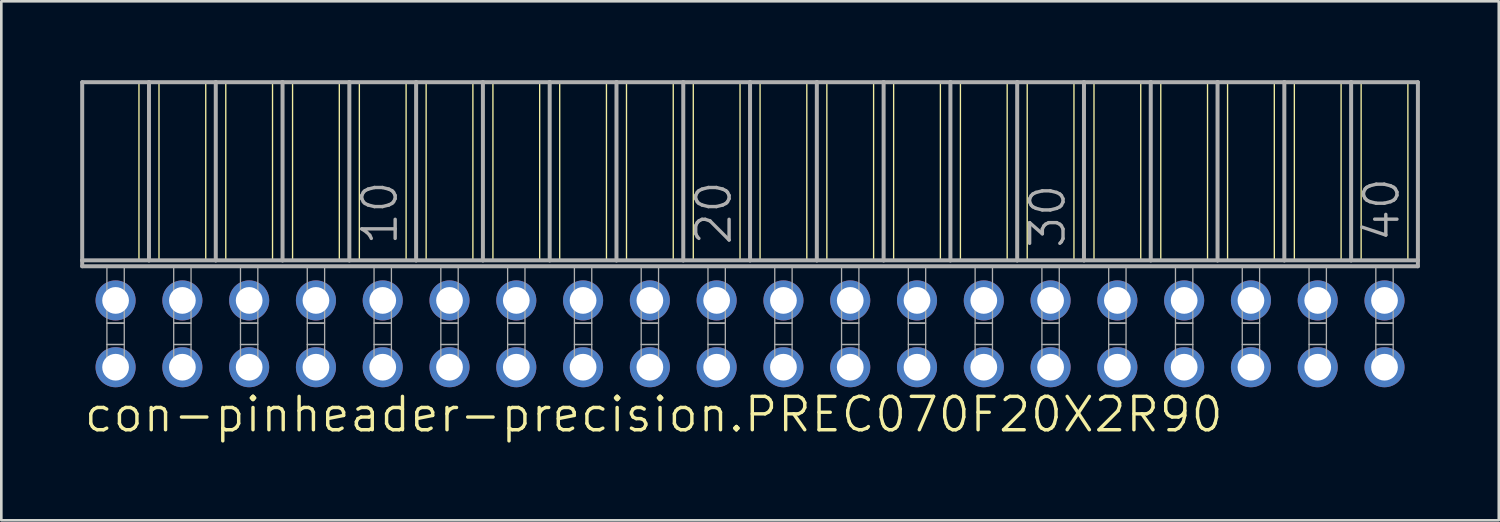
<source format=kicad_pcb>
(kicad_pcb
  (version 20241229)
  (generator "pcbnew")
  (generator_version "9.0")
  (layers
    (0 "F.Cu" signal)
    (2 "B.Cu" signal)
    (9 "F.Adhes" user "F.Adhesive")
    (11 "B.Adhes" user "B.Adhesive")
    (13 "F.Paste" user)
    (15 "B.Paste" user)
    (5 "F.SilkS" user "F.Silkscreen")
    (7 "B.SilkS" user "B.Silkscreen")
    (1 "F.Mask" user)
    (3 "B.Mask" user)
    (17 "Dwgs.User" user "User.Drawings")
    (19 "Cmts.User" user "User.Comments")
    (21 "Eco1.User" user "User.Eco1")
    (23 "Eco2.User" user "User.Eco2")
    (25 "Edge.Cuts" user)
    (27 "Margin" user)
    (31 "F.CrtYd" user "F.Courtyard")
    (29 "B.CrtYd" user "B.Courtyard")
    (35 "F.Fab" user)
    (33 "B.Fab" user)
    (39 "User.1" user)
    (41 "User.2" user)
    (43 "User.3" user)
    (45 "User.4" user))
  (footprint "con-pinheader-precision.PREC070F20X2R90"
    (layer "F.Cu")
    (at 25.476 9.646)
    (property "Reference" "con-pinheader-precision.PREC070F20X2R90" (at -25.4 3.81 0) (layer "F.SilkS") (effects (font (size 1.27 1.27) (thickness 0.13)) (justify left bottom)))
    (attr through_hole)
    (fp_line (start -23.241 -9.57) (end -23.241 -2.794) (stroke (width 0.051) (type default)) (layer "F.SilkS"))
    (fp_line (start -22.479 -9.57) (end -22.479 -2.794) (stroke (width 0.051) (type default)) (layer "F.SilkS"))
    (fp_line (start -20.701 -9.57) (end -20.701 -2.794) (stroke (width 0.051) (type default)) (layer "F.SilkS"))
    (fp_line (start -19.939 -9.57) (end -19.939 -2.794) (stroke (width 0.051) (type default)) (layer "F.SilkS"))
    (fp_line (start -18.161 -9.57) (end -18.161 -2.794) (stroke (width 0.051) (type default)) (layer "F.SilkS"))
    (fp_line (start -17.399 -9.57) (end -17.399 -2.794) (stroke (width 0.051) (type default)) (layer "F.SilkS"))
    (fp_line (start -15.621 -9.57) (end -15.621 -2.794) (stroke (width 0.051) (type default)) (layer "F.SilkS"))
    (fp_line (start -14.859 -9.57) (end -14.859 -2.794) (stroke (width 0.051) (type default)) (layer "F.SilkS"))
    (fp_line (start -13.081 -9.57) (end -13.081 -2.794) (stroke (width 0.051) (type default)) (layer "F.SilkS"))
    (fp_line (start -12.319 -9.57) (end -12.319 -2.794) (stroke (width 0.051) (type default)) (layer "F.SilkS"))
    (fp_line (start -10.541 -9.57) (end -10.541 -2.794) (stroke (width 0.051) (type default)) (layer "F.SilkS"))
    (fp_line (start -9.779 -9.57) (end -9.779 -2.794) (stroke (width 0.051) (type default)) (layer "F.SilkS"))
    (fp_line (start -8.001 -9.57) (end -8.001 -2.794) (stroke (width 0.051) (type default)) (layer "F.SilkS"))
    (fp_line (start -7.239 -9.57) (end -7.239 -2.794) (stroke (width 0.051) (type default)) (layer "F.SilkS"))
    (fp_line (start -5.461 -9.57) (end -5.461 -2.794) (stroke (width 0.051) (type default)) (layer "F.SilkS"))
    (fp_line (start -4.699 -9.57) (end -4.699 -2.794) (stroke (width 0.051) (type default)) (layer "F.SilkS"))
    (fp_line (start -2.921 -9.57) (end -2.921 -2.794) (stroke (width 0.051) (type default)) (layer "F.SilkS"))
    (fp_line (start -2.159 -9.57) (end -2.159 -2.794) (stroke (width 0.051) (type default)) (layer "F.SilkS"))
    (fp_line (start -0.381 -9.57) (end -0.381 -2.794) (stroke (width 0.051) (type default)) (layer "F.SilkS"))
    (fp_line (start 0.381 -9.57) (end 0.381 -2.794) (stroke (width 0.051) (type default)) (layer "F.SilkS"))
    (fp_line (start 2.159 -9.57) (end 2.159 -2.794) (stroke (width 0.051) (type default)) (layer "F.SilkS"))
    (fp_line (start 2.921 -9.57) (end 2.921 -2.794) (stroke (width 0.051) (type default)) (layer "F.SilkS"))
    (fp_line (start 4.699 -9.57) (end 4.699 -2.794) (stroke (width 0.051) (type default)) (layer "F.SilkS"))
    (fp_line (start 5.461 -9.57) (end 5.461 -2.794) (stroke (width 0.051) (type default)) (layer "F.SilkS"))
    (fp_line (start 7.239 -9.57) (end 7.239 -2.794) (stroke (width 0.051) (type default)) (layer "F.SilkS"))
    (fp_line (start 8.001 -9.57) (end 8.001 -2.794) (stroke (width 0.051) (type default)) (layer "F.SilkS"))
    (fp_line (start 9.779 -9.57) (end 9.779 -2.794) (stroke (width 0.051) (type default)) (layer "F.SilkS"))
    (fp_line (start 10.541 -9.57) (end 10.541 -2.794) (stroke (width 0.051) (type default)) (layer "F.SilkS"))
    (fp_line (start 12.319 -9.57) (end 12.319 -2.794) (stroke (width 0.051) (type default)) (layer "F.SilkS"))
    (fp_line (start 13.081 -9.57) (end 13.081 -2.794) (stroke (width 0.051) (type default)) (layer "F.SilkS"))
    (fp_line (start 14.859 -9.57) (end 14.859 -2.794) (stroke (width 0.051) (type default)) (layer "F.SilkS"))
    (fp_line (start 15.621 -9.57) (end 15.621 -2.794) (stroke (width 0.051) (type default)) (layer "F.SilkS"))
    (fp_line (start 17.399 -9.57) (end 17.399 -2.794) (stroke (width 0.051) (type default)) (layer "F.SilkS"))
    (fp_line (start 18.161 -9.57) (end 18.161 -2.794) (stroke (width 0.051) (type default)) (layer "F.SilkS"))
    (fp_line (start 19.939 -9.57) (end 19.939 -2.794) (stroke (width 0.051) (type default)) (layer "F.SilkS"))
    (fp_line (start 20.701 -9.57) (end 20.701 -2.794) (stroke (width 0.051) (type default)) (layer "F.SilkS"))
    (fp_line (start 22.479 -9.57) (end 22.479 -2.794) (stroke (width 0.051) (type default)) (layer "F.SilkS"))
    (fp_line (start 23.241 -9.57) (end 23.241 -2.794) (stroke (width 0.051) (type default)) (layer "F.SilkS"))
    (fp_line (start 25.019 -9.57) (end 25.019 -2.794) (stroke (width 0.051) (type default)) (layer "F.SilkS"))
    (fp_line (start -25.4 -9.57) (end -22.86 -9.57) (stroke (width 0.152) (type default)) (layer "F.Fab"))
    (fp_line (start -25.4 -2.794) (end -25.4 -9.57) (stroke (width 0.152) (type default)) (layer "F.Fab"))
    (fp_line (start -25.4 -2.57) (end -25.4 -2.794) (stroke (width 0.152) (type default)) (layer "F.Fab"))
    (fp_line (start -25.4 -2.57) (end 25.4 -2.57) (stroke (width 0.152) (type default)) (layer "F.Fab"))
    (fp_line (start -22.86 -9.57) (end -20.32 -9.57) (stroke (width 0.152) (type default)) (layer "F.Fab"))
    (fp_line (start -22.86 -2.794) (end -25.4 -2.794) (stroke (width 0.152) (type default)) (layer "F.Fab"))
    (fp_line (start -22.86 -2.794) (end -22.86 -9.57) (stroke (width 0.152) (type default)) (layer "F.Fab"))
    (fp_line (start -22.86 -2.794) (end -20.32 -2.794) (stroke (width 0.152) (type default)) (layer "F.Fab"))
    (fp_line (start -20.32 -9.57) (end -17.78 -9.57) (stroke (width 0.152) (type default)) (layer "F.Fab"))
    (fp_line (start -20.32 -2.794) (end -20.32 -9.57) (stroke (width 0.152) (type default)) (layer "F.Fab"))
    (fp_line (start -17.78 -9.57) (end -15.24 -9.57) (stroke (width 0.152) (type default)) (layer "F.Fab"))
    (fp_line (start -17.78 -2.794) (end -20.32 -2.794) (stroke (width 0.152) (type default)) (layer "F.Fab"))
    (fp_line (start -17.78 -2.794) (end -17.78 -9.57) (stroke (width 0.152) (type default)) (layer "F.Fab"))
    (fp_line (start -15.24 -9.57) (end -12.7 -9.57) (stroke (width 0.152) (type default)) (layer "F.Fab"))
    (fp_line (start -15.24 -2.794) (end -17.78 -2.794) (stroke (width 0.152) (type default)) (layer "F.Fab"))
    (fp_line (start -15.24 -2.794) (end -15.24 -9.57) (stroke (width 0.152) (type default)) (layer "F.Fab"))
    (fp_line (start -12.7 -9.57) (end -10.16 -9.57) (stroke (width 0.152) (type default)) (layer "F.Fab"))
    (fp_line (start -12.7 -2.794) (end -15.24 -2.794) (stroke (width 0.152) (type default)) (layer "F.Fab"))
    (fp_line (start -12.7 -2.794) (end -12.7 -9.57) (stroke (width 0.152) (type default)) (layer "F.Fab"))
    (fp_line (start -10.16 -9.57) (end -7.62 -9.57) (stroke (width 0.152) (type default)) (layer "F.Fab"))
    (fp_line (start -10.16 -2.794) (end -12.7 -2.794) (stroke (width 0.152) (type default)) (layer "F.Fab"))
    (fp_line (start -10.16 -2.794) (end -10.16 -9.57) (stroke (width 0.152) (type default)) (layer "F.Fab"))
    (fp_line (start -10.16 -2.794) (end -7.62 -2.794) (stroke (width 0.152) (type default)) (layer "F.Fab"))
    (fp_line (start -7.62 -9.57) (end -5.08 -9.57) (stroke (width 0.152) (type default)) (layer "F.Fab"))
    (fp_line (start -7.62 -2.794) (end -7.62 -9.57) (stroke (width 0.152) (type default)) (layer "F.Fab"))
    (fp_line (start -5.08 -9.57) (end -2.54 -9.57) (stroke (width 0.152) (type default)) (layer "F.Fab"))
    (fp_line (start -5.08 -2.794) (end -7.62 -2.794) (stroke (width 0.152) (type default)) (layer "F.Fab"))
    (fp_line (start -5.08 -2.794) (end -5.08 -9.57) (stroke (width 0.152) (type default)) (layer "F.Fab"))
    (fp_line (start -2.54 -9.57) (end 0 -9.57) (stroke (width 0.152) (type default)) (layer "F.Fab"))
    (fp_line (start -2.54 -2.794) (end -5.08 -2.794) (stroke (width 0.152) (type default)) (layer "F.Fab"))
    (fp_line (start -2.54 -2.794) (end -2.54 -9.57) (stroke (width 0.152) (type default)) (layer "F.Fab"))
    (fp_line (start 0 -9.57) (end 2.54 -9.57) (stroke (width 0.152) (type default)) (layer "F.Fab"))
    (fp_line (start 0 -2.794) (end -2.54 -2.794) (stroke (width 0.152) (type default)) (layer "F.Fab"))
    (fp_line (start 0 -2.794) (end 0 -9.57) (stroke (width 0.152) (type default)) (layer "F.Fab"))
    (fp_line (start 2.54 -9.57) (end 5.08 -9.57) (stroke (width 0.152) (type default)) (layer "F.Fab"))
    (fp_line (start 2.54 -2.794) (end 0 -2.794) (stroke (width 0.152) (type default)) (layer "F.Fab"))
    (fp_line (start 2.54 -2.794) (end 2.54 -9.57) (stroke (width 0.152) (type default)) (layer "F.Fab"))
    (fp_line (start 2.54 -2.794) (end 5.08 -2.794) (stroke (width 0.152) (type default)) (layer "F.Fab"))
    (fp_line (start 5.08 -9.57) (end 7.62 -9.57) (stroke (width 0.152) (type default)) (layer "F.Fab"))
    (fp_line (start 5.08 -2.794) (end 5.08 -9.57) (stroke (width 0.152) (type default)) (layer "F.Fab"))
    (fp_line (start 7.62 -9.57) (end 10.16 -9.57) (stroke (width 0.152) (type default)) (layer "F.Fab"))
    (fp_line (start 7.62 -2.794) (end 5.08 -2.794) (stroke (width 0.152) (type default)) (layer "F.Fab"))
    (fp_line (start 7.62 -2.794) (end 7.62 -9.57) (stroke (width 0.152) (type default)) (layer "F.Fab"))
    (fp_line (start 10.16 -9.57) (end 12.7 -9.57) (stroke (width 0.152) (type default)) (layer "F.Fab"))
    (fp_line (start 10.16 -2.794) (end 7.62 -2.794) (stroke (width 0.152) (type default)) (layer "F.Fab"))
    (fp_line (start 10.16 -2.794) (end 10.16 -9.57) (stroke (width 0.152) (type default)) (layer "F.Fab"))
    (fp_line (start 12.7 -9.57) (end 15.24 -9.57) (stroke (width 0.152) (type default)) (layer "F.Fab"))
    (fp_line (start 12.7 -2.794) (end 10.16 -2.794) (stroke (width 0.152) (type default)) (layer "F.Fab"))
    (fp_line (start 12.7 -2.794) (end 12.7 -9.57) (stroke (width 0.152) (type default)) (layer "F.Fab"))
    (fp_line (start 15.24 -9.57) (end 17.78 -9.57) (stroke (width 0.152) (type default)) (layer "F.Fab"))
    (fp_line (start 15.24 -2.794) (end 12.7 -2.794) (stroke (width 0.152) (type default)) (layer "F.Fab"))
    (fp_line (start 15.24 -2.794) (end 15.24 -9.57) (stroke (width 0.152) (type default)) (layer "F.Fab"))
    (fp_line (start 15.24 -2.794) (end 17.78 -2.794) (stroke (width 0.152) (type default)) (layer "F.Fab"))
    (fp_line (start 17.78 -9.57) (end 20.32 -9.57) (stroke (width 0.152) (type default)) (layer "F.Fab"))
    (fp_line (start 17.78 -2.794) (end 17.78 -9.57) (stroke (width 0.152) (type default)) (layer "F.Fab"))
    (fp_line (start 20.32 -9.57) (end 22.86 -9.57) (stroke (width 0.152) (type default)) (layer "F.Fab"))
    (fp_line (start 20.32 -2.794) (end 17.78 -2.794) (stroke (width 0.152) (type default)) (layer "F.Fab"))
    (fp_line (start 20.32 -2.794) (end 20.32 -9.57) (stroke (width 0.152) (type default)) (layer "F.Fab"))
    (fp_line (start 22.86 -9.57) (end 25.4 -9.57) (stroke (width 0.152) (type default)) (layer "F.Fab"))
    (fp_line (start 22.86 -2.794) (end 20.32 -2.794) (stroke (width 0.152) (type default)) (layer "F.Fab"))
    (fp_line (start 22.86 -2.794) (end 22.86 -9.57) (stroke (width 0.152) (type default)) (layer "F.Fab"))
    (fp_line (start 25.4 -2.794) (end 22.86 -2.794) (stroke (width 0.152) (type default)) (layer "F.Fab"))
    (fp_line (start 25.4 -2.794) (end 25.4 -9.57) (stroke (width 0.152) (type default)) (layer "F.Fab"))
    (fp_line (start 25.4 -2.57) (end 25.4 -2.794) (stroke (width 0.152) (type default)) (layer "F.Fab"))
    (fp_rect (start -24.46 -0.406) (end -23.8 -2.57) (stroke (width 0.05) (type default)) (fill no) (layer "F.Fab"))
    (fp_rect (start -24.46 0.406) (end -23.8 -0.406) (stroke (width 0.05) (type default)) (fill no) (layer "F.Fab"))
    (fp_rect (start -24.46 1.575) (end -23.8 0.406) (stroke (width 0.05) (type default)) (fill no) (layer "F.Fab"))
    (fp_rect (start -21.92 -0.406) (end -21.26 -2.57) (stroke (width 0.05) (type default)) (fill no) (layer "F.Fab"))
    (fp_rect (start -21.92 0.406) (end -21.26 -0.406) (stroke (width 0.05) (type default)) (fill no) (layer "F.Fab"))
    (fp_rect (start -21.92 1.575) (end -21.26 0.406) (stroke (width 0.05) (type default)) (fill no) (layer "F.Fab"))
    (fp_rect (start -19.38 -0.406) (end -18.72 -2.57) (stroke (width 0.05) (type default)) (fill no) (layer "F.Fab"))
    (fp_rect (start -19.38 0.406) (end -18.72 -0.406) (stroke (width 0.05) (type default)) (fill no) (layer "F.Fab"))
    (fp_rect (start -19.38 1.575) (end -18.72 0.406) (stroke (width 0.05) (type default)) (fill no) (layer "F.Fab"))
    (fp_rect (start -16.84 -0.406) (end -16.18 -2.57) (stroke (width 0.05) (type default)) (fill no) (layer "F.Fab"))
    (fp_rect (start -16.84 0.406) (end -16.18 -0.406) (stroke (width 0.05) (type default)) (fill no) (layer "F.Fab"))
    (fp_rect (start -16.84 1.575) (end -16.18 0.406) (stroke (width 0.05) (type default)) (fill no) (layer "F.Fab"))
    (fp_rect (start -14.3 -0.406) (end -13.64 -2.57) (stroke (width 0.05) (type default)) (fill no) (layer "F.Fab"))
    (fp_rect (start -14.3 0.406) (end -13.64 -0.406) (stroke (width 0.05) (type default)) (fill no) (layer "F.Fab"))
    (fp_rect (start -14.3 1.575) (end -13.64 0.406) (stroke (width 0.05) (type default)) (fill no) (layer "F.Fab"))
    (fp_rect (start -11.76 -0.406) (end -11.1 -2.57) (stroke (width 0.05) (type default)) (fill no) (layer "F.Fab"))
    (fp_rect (start -11.76 0.406) (end -11.1 -0.406) (stroke (width 0.05) (type default)) (fill no) (layer "F.Fab"))
    (fp_rect (start -11.76 1.575) (end -11.1 0.406) (stroke (width 0.05) (type default)) (fill no) (layer "F.Fab"))
    (fp_rect (start -9.22 -0.406) (end -8.56 -2.57) (stroke (width 0.05) (type default)) (fill no) (layer "F.Fab"))
    (fp_rect (start -9.22 0.406) (end -8.56 -0.406) (stroke (width 0.05) (type default)) (fill no) (layer "F.Fab"))
    (fp_rect (start -9.22 1.575) (end -8.56 0.406) (stroke (width 0.05) (type default)) (fill no) (layer "F.Fab"))
    (fp_rect (start -6.68 -0.406) (end -6.02 -2.57) (stroke (width 0.05) (type default)) (fill no) (layer "F.Fab"))
    (fp_rect (start -6.68 0.406) (end -6.02 -0.406) (stroke (width 0.05) (type default)) (fill no) (layer "F.Fab"))
    (fp_rect (start -6.68 1.575) (end -6.02 0.406) (stroke (width 0.05) (type default)) (fill no) (layer "F.Fab"))
    (fp_rect (start -4.14 -0.406) (end -3.48 -2.57) (stroke (width 0.05) (type default)) (fill no) (layer "F.Fab"))
    (fp_rect (start -4.14 0.406) (end -3.48 -0.406) (stroke (width 0.05) (type default)) (fill no) (layer "F.Fab"))
    (fp_rect (start -4.14 1.575) (end -3.48 0.406) (stroke (width 0.05) (type default)) (fill no) (layer "F.Fab"))
    (fp_rect (start -1.6 -0.406) (end -0.94 -2.57) (stroke (width 0.05) (type default)) (fill no) (layer "F.Fab"))
    (fp_rect (start -1.6 0.406) (end -0.94 -0.406) (stroke (width 0.05) (type default)) (fill no) (layer "F.Fab"))
    (fp_rect (start -1.6 1.575) (end -0.94 0.406) (stroke (width 0.05) (type default)) (fill no) (layer "F.Fab"))
    (fp_rect (start 0.94 -0.406) (end 1.6 -2.57) (stroke (width 0.05) (type default)) (fill no) (layer "F.Fab"))
    (fp_rect (start 0.94 0.406) (end 1.6 -0.406) (stroke (width 0.05) (type default)) (fill no) (layer "F.Fab"))
    (fp_rect (start 0.94 1.575) (end 1.6 0.406) (stroke (width 0.05) (type default)) (fill no) (layer "F.Fab"))
    (fp_rect (start 3.48 -0.406) (end 4.14 -2.57) (stroke (width 0.05) (type default)) (fill no) (layer "F.Fab"))
    (fp_rect (start 3.48 0.406) (end 4.14 -0.406) (stroke (width 0.05) (type default)) (fill no) (layer "F.Fab"))
    (fp_rect (start 3.48 1.575) (end 4.14 0.406) (stroke (width 0.05) (type default)) (fill no) (layer "F.Fab"))
    (fp_rect (start 6.02 -0.406) (end 6.68 -2.57) (stroke (width 0.05) (type default)) (fill no) (layer "F.Fab"))
    (fp_rect (start 6.02 0.406) (end 6.68 -0.406) (stroke (width 0.05) (type default)) (fill no) (layer "F.Fab"))
    (fp_rect (start 6.02 1.575) (end 6.68 0.406) (stroke (width 0.05) (type default)) (fill no) (layer "F.Fab"))
    (fp_rect (start 8.56 -0.406) (end 9.22 -2.57) (stroke (width 0.05) (type default)) (fill no) (layer "F.Fab"))
    (fp_rect (start 8.56 0.406) (end 9.22 -0.406) (stroke (width 0.05) (type default)) (fill no) (layer "F.Fab"))
    (fp_rect (start 8.56 1.575) (end 9.22 0.406) (stroke (width 0.05) (type default)) (fill no) (layer "F.Fab"))
    (fp_rect (start 11.1 -0.406) (end 11.76 -2.57) (stroke (width 0.05) (type default)) (fill no) (layer "F.Fab"))
    (fp_rect (start 11.1 0.406) (end 11.76 -0.406) (stroke (width 0.05) (type default)) (fill no) (layer "F.Fab"))
    (fp_rect (start 11.1 1.575) (end 11.76 0.406) (stroke (width 0.05) (type default)) (fill no) (layer "F.Fab"))
    (fp_rect (start 13.64 -0.406) (end 14.3 -2.57) (stroke (width 0.05) (type default)) (fill no) (layer "F.Fab"))
    (fp_rect (start 13.64 0.406) (end 14.3 -0.406) (stroke (width 0.05) (type default)) (fill no) (layer "F.Fab"))
    (fp_rect (start 13.64 1.575) (end 14.3 0.406) (stroke (width 0.05) (type default)) (fill no) (layer "F.Fab"))
    (fp_rect (start 16.18 -0.406) (end 16.84 -2.57) (stroke (width 0.05) (type default)) (fill no) (layer "F.Fab"))
    (fp_rect (start 16.18 0.406) (end 16.84 -0.406) (stroke (width 0.05) (type default)) (fill no) (layer "F.Fab"))
    (fp_rect (start 16.18 1.575) (end 16.84 0.406) (stroke (width 0.05) (type default)) (fill no) (layer "F.Fab"))
    (fp_rect (start 18.72 -0.406) (end 19.38 -2.57) (stroke (width 0.05) (type default)) (fill no) (layer "F.Fab"))
    (fp_rect (start 18.72 0.406) (end 19.38 -0.406) (stroke (width 0.05) (type default)) (fill no) (layer "F.Fab"))
    (fp_rect (start 18.72 1.575) (end 19.38 0.406) (stroke (width 0.05) (type default)) (fill no) (layer "F.Fab"))
    (fp_rect (start 21.26 -0.406) (end 21.92 -2.57) (stroke (width 0.05) (type default)) (fill no) (layer "F.Fab"))
    (fp_rect (start 21.26 0.406) (end 21.92 -0.406) (stroke (width 0.05) (type default)) (fill no) (layer "F.Fab"))
    (fp_rect (start 21.26 1.575) (end 21.92 0.406) (stroke (width 0.05) (type default)) (fill no) (layer "F.Fab"))
    (fp_rect (start 23.8 -0.406) (end 24.46 -2.57) (stroke (width 0.05) (type default)) (fill no) (layer "F.Fab"))
    (fp_rect (start 23.8 0.406) (end 24.46 -0.406) (stroke (width 0.05) (type default)) (fill no) (layer "F.Fab"))
    (fp_rect (start 23.8 1.575) (end 24.46 0.406) (stroke (width 0.05) (type default)) (fill no) (layer "F.Fab"))
    (fp_text user "20" (at -0.635 -3.302 90) (layer "F.Fab") (effects (font (size 1.27 1.27) (thickness 0.13)) (justify left bottom)))
    (fp_text user "10" (at -13.335 -3.302 90) (layer "F.Fab") (effects (font (size 1.27 1.27) (thickness 0.13)) (justify left bottom)))
    (fp_text user "30" (at 12.065 -3.175 90) (layer "F.Fab") (effects (font (size 1.27 1.27) (thickness 0.13)) (justify left bottom)))
    (fp_text user "40" (at 24.765 -3.429 90) (layer "F.Fab") (effects (font (size 1.27 1.27) (thickness 0.13)) (justify left bottom)))
    (pad "1" thru_hole circle (at -24.13 -1.27 180) (size 1.524 1.524) (drill 1.016) (layers "*.Cu" "*.Mask"))
    (pad "2" thru_hole circle (at -24.13 1.27 180) (size 1.524 1.524) (drill 1.016) (layers "*.Cu" "*.Mask"))
    (pad "3" thru_hole circle (at -21.59 -1.27 180) (size 1.524 1.524) (drill 1.016) (layers "*.Cu" "*.Mask"))
    (pad "4" thru_hole circle (at -21.59 1.27 180) (size 1.524 1.524) (drill 1.016) (layers "*.Cu" "*.Mask"))
    (pad "5" thru_hole circle (at -19.05 -1.27 180) (size 1.524 1.524) (drill 1.016) (layers "*.Cu" "*.Mask"))
    (pad "6" thru_hole circle (at -19.05 1.27 180) (size 1.524 1.524) (drill 1.016) (layers "*.Cu" "*.Mask"))
    (pad "7" thru_hole circle (at -16.51 -1.27 180) (size 1.524 1.524) (drill 1.016) (layers "*.Cu" "*.Mask"))
    (pad "8" thru_hole circle (at -16.51 1.27 180) (size 1.524 1.524) (drill 1.016) (layers "*.Cu" "*.Mask"))
    (pad "9" thru_hole circle (at -13.97 -1.27 180) (size 1.524 1.524) (drill 1.016) (layers "*.Cu" "*.Mask"))
    (pad "10" thru_hole circle (at -13.97 1.27 180) (size 1.524 1.524) (drill 1.016) (layers "*.Cu" "*.Mask"))
    (pad "11" thru_hole circle (at -11.43 -1.27 180) (size 1.524 1.524) (drill 1.016) (layers "*.Cu" "*.Mask"))
    (pad "12" thru_hole circle (at -11.43 1.27 180) (size 1.524 1.524) (drill 1.016) (layers "*.Cu" "*.Mask"))
    (pad "13" thru_hole circle (at -8.89 -1.27 180) (size 1.524 1.524) (drill 1.016) (layers "*.Cu" "*.Mask"))
    (pad "14" thru_hole circle (at -8.89 1.27 180) (size 1.524 1.524) (drill 1.016) (layers "*.Cu" "*.Mask"))
    (pad "15" thru_hole circle (at -6.35 -1.27 180) (size 1.524 1.524) (drill 1.016) (layers "*.Cu" "*.Mask"))
    (pad "16" thru_hole circle (at -6.35 1.27 180) (size 1.524 1.524) (drill 1.016) (layers "*.Cu" "*.Mask"))
    (pad "17" thru_hole circle (at -3.81 -1.27 180) (size 1.524 1.524) (drill 1.016) (layers "*.Cu" "*.Mask"))
    (pad "18" thru_hole circle (at -3.81 1.27 180) (size 1.524 1.524) (drill 1.016) (layers "*.Cu" "*.Mask"))
    (pad "19" thru_hole circle (at -1.27 -1.27 180) (size 1.524 1.524) (drill 1.016) (layers "*.Cu" "*.Mask"))
    (pad "20" thru_hole circle (at -1.27 1.27 180) (size 1.524 1.524) (drill 1.016) (layers "*.Cu" "*.Mask"))
    (pad "21" thru_hole circle (at 1.27 -1.27 180) (size 1.524 1.524) (drill 1.016) (layers "*.Cu" "*.Mask"))
    (pad "22" thru_hole circle (at 1.27 1.27 180) (size 1.524 1.524) (drill 1.016) (layers "*.Cu" "*.Mask"))
    (pad "23" thru_hole circle (at 3.81 -1.27 180) (size 1.524 1.524) (drill 1.016) (layers "*.Cu" "*.Mask"))
    (pad "24" thru_hole circle (at 3.81 1.27 180) (size 1.524 1.524) (drill 1.016) (layers "*.Cu" "*.Mask"))
    (pad "25" thru_hole circle (at 6.35 -1.27 180) (size 1.524 1.524) (drill 1.016) (layers "*.Cu" "*.Mask"))
    (pad "26" thru_hole circle (at 6.35 1.27 180) (size 1.524 1.524) (drill 1.016) (layers "*.Cu" "*.Mask"))
    (pad "27" thru_hole circle (at 8.89 -1.27 180) (size 1.524 1.524) (drill 1.016) (layers "*.Cu" "*.Mask"))
    (pad "28" thru_hole circle (at 8.89 1.27 180) (size 1.524 1.524) (drill 1.016) (layers "*.Cu" "*.Mask"))
    (pad "29" thru_hole circle (at 11.43 -1.27 180) (size 1.524 1.524) (drill 1.016) (layers "*.Cu" "*.Mask"))
    (pad "30" thru_hole circle (at 11.43 1.27 180) (size 1.524 1.524) (drill 1.016) (layers "*.Cu" "*.Mask"))
    (pad "31" thru_hole circle (at 13.97 -1.27 180) (size 1.524 1.524) (drill 1.016) (layers "*.Cu" "*.Mask"))
    (pad "32" thru_hole circle (at 13.97 1.27 180) (size 1.524 1.524) (drill 1.016) (layers "*.Cu" "*.Mask"))
    (pad "33" thru_hole circle (at 16.51 -1.27 180) (size 1.524 1.524) (drill 1.016) (layers "*.Cu" "*.Mask"))
    (pad "34" thru_hole circle (at 16.51 1.27 180) (size 1.524 1.524) (drill 1.016) (layers "*.Cu" "*.Mask"))
    (pad "35" thru_hole circle (at 19.05 -1.27 180) (size 1.524 1.524) (drill 1.016) (layers "*.Cu" "*.Mask"))
    (pad "36" thru_hole circle (at 19.05 1.27 180) (size 1.524 1.524) (drill 1.016) (layers "*.Cu" "*.Mask"))
    (pad "37" thru_hole circle (at 21.59 -1.27 180) (size 1.524 1.524) (drill 1.016) (layers "*.Cu" "*.Mask"))
    (pad "38" thru_hole circle (at 21.59 1.27 180) (size 1.524 1.524) (drill 1.016) (layers "*.Cu" "*.Mask"))
    (pad "39" thru_hole circle (at 24.13 -1.27 180) (size 1.524 1.524) (drill 1.016) (layers "*.Cu" "*.Mask"))
    (pad "40" thru_hole circle (at 24.13 1.27 180) (size 1.524 1.524) (drill 1.016) (layers "*.Cu" "*.Mask")))
  (gr_rect
    (start -3 -3)
    (end 53.952 16.738)
    (stroke (width 0.1) (type default))
    (fill no)
    (layer "Edge.Cuts")))
</source>
